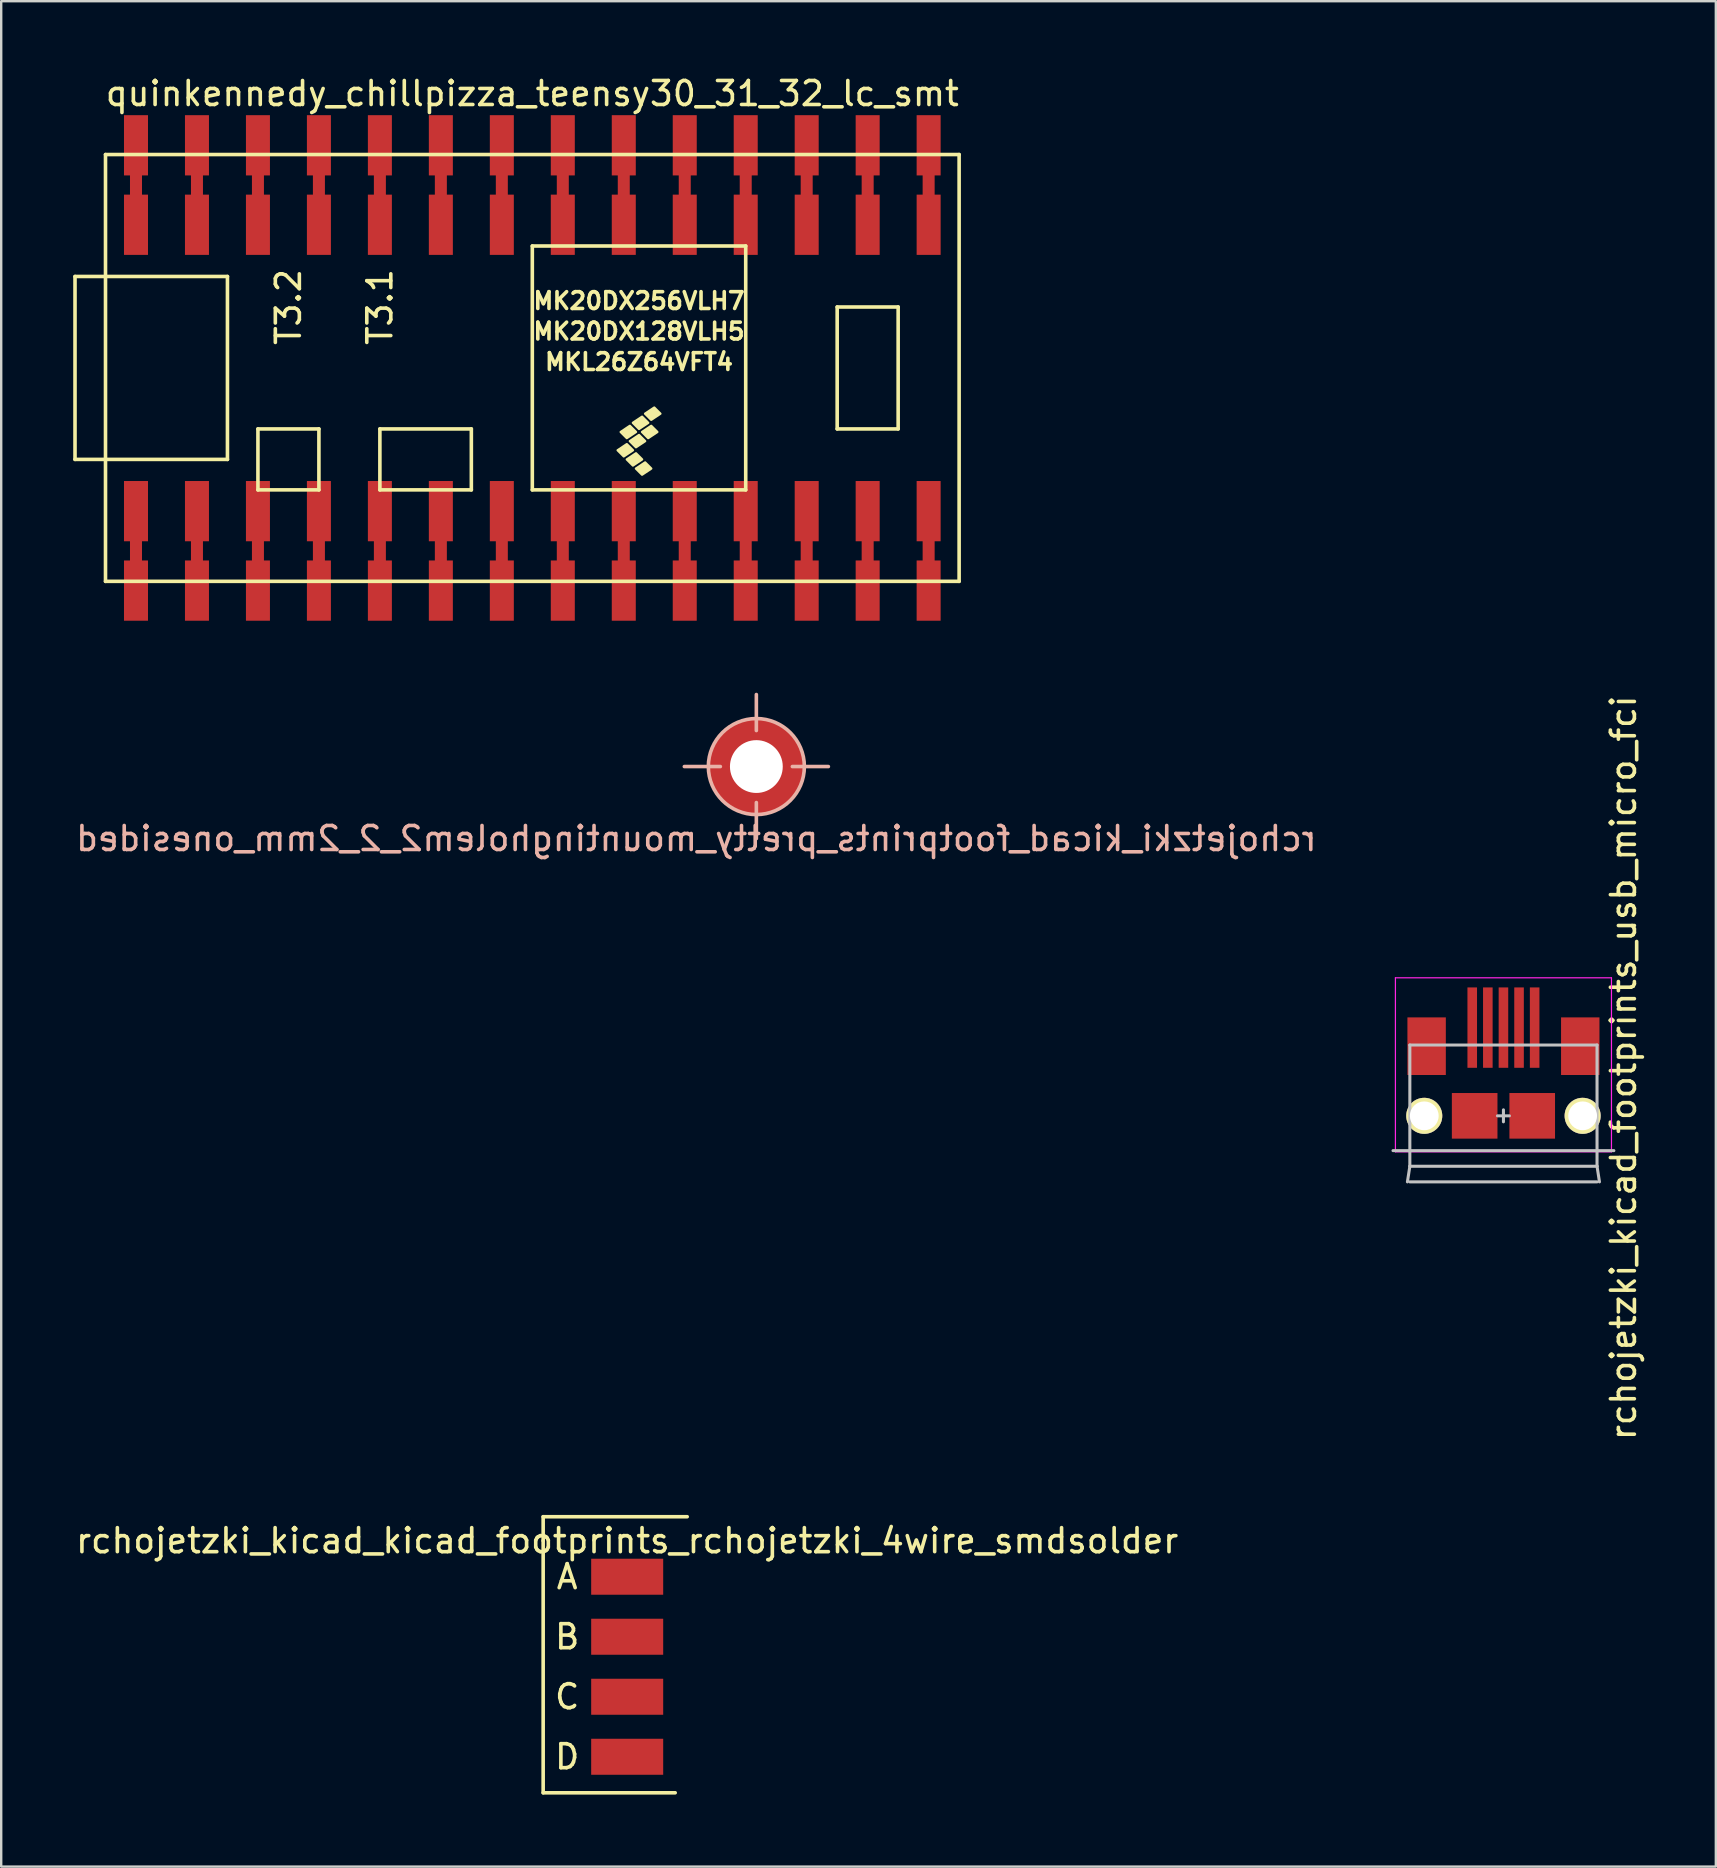
<source format=kicad_pcb>
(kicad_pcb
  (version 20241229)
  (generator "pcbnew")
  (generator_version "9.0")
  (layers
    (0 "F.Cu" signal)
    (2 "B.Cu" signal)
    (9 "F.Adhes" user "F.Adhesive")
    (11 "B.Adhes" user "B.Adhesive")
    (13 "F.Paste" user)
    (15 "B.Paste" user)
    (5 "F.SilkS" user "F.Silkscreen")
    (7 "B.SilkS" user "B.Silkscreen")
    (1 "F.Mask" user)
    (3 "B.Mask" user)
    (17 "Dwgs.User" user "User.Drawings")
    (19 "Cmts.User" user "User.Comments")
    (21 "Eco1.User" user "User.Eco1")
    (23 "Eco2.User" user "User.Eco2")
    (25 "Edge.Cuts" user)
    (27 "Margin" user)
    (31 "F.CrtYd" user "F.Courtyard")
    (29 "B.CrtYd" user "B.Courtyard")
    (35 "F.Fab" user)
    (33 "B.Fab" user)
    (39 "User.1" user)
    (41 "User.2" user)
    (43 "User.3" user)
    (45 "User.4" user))
  (footprint "rchojetzki_kicad_kicad_footprints_rchojetzki_4wire_smdsolder"
    (layer "F.Cu")
    (at 23.077 62.633)
    (property "Reference" "rchojetzki_kicad_kicad_footprints_rchojetzki_4wire_smdsolder" (at 0 -1.5 0) (layer "F.SilkS") (effects (font (size 1 1) (thickness 0.15))))
    (attr through_hole)
    (fp_line (start -3.5 -2.5) (end -3.5 -1.5) (stroke (width 0.15) (type solid)) (layer "F.SilkS"))
    (fp_line (start -3.5 -1.5) (end -3.5 9) (stroke (width 0.15) (type solid)) (layer "F.SilkS"))
    (fp_line (start -3.5 9) (end 2 9) (stroke (width 0.15) (type solid)) (layer "F.SilkS"))
    (fp_line (start 2.5 -2.5) (end -3.5 -2.5) (stroke (width 0.15) (type solid)) (layer "F.SilkS"))
    (fp_text user "C" (at -2.5 5 0) (layer "F.SilkS") (effects (font (size 1 1) (thickness 0.15))))
    (fp_text user "A" (at -2.5 0 0) (layer "F.SilkS") (effects (font (size 1 1) (thickness 0.15))))
    (fp_text user "D" (at -2.5 7.5 0) (layer "F.SilkS") (effects (font (size 1 1) (thickness 0.15))))
    (fp_text user "B" (at -2.5 2.5 0) (layer "F.SilkS") (effects (font (size 1 1) (thickness 0.15))))
    (pad "1" smd rect (at 0 0) (size 3 1.5) (layers "F.Cu" "F.Mask" "F.Paste"))
    (pad "2" smd rect (at 0 2.5) (size 3 1.5) (layers "F.Cu" "F.Mask" "F.Paste"))
    (pad "3" smd rect (at 0 5) (size 3 1.5) (layers "F.Cu" "F.Mask" "F.Paste"))
    (pad "4" smd rect (at 0 7.5) (size 3 1.5) (layers "F.Cu" "F.Mask" "F.Paste")))
  (footprint "rchojetzki_kicad_footprints_usb_micro_fci"
    (layer "F.Cu")
    (at 59.58 43.433)
    (property "Reference" "rchojetzki_kicad_footprints_usb_micro_fci" (at 5 -2 90) (layer "F.SilkS") (effects (font (size 1 1) (thickness 0.15))))
    (attr through_hole)
    (fp_line (start -4.6 1.45) (end 4.6 1.45) (stroke (width 0.127) (type solid)) (layer "Dwgs.User"))
    (fp_line (start -3.899 -2.949) (end 3.899 -2.949) (stroke (width 0.127) (type solid)) (layer "Dwgs.User"))
    (fp_line (start -3.899 2.101) (end -4 2.751) (stroke (width 0.127) (type solid)) (layer "Dwgs.User"))
    (fp_line (start -3.899 2.101) (end -3.899 -2.949) (stroke (width 0.127) (type solid)) (layer "Dwgs.User"))
    (fp_line (start -3.899 2.101) (end 3.899 2.101) (stroke (width 0.127) (type solid)) (layer "Dwgs.User"))
    (fp_line (start -3.899 2.751) (end 3.899 2.751) (stroke (width 0.127) (type solid)) (layer "Dwgs.User"))
    (fp_line (start -0.249 0) (end 0.249 0) (stroke (width 0.127) (type solid)) (layer "Dwgs.User"))
    (fp_line (start 0 -0.249) (end 0 0.249) (stroke (width 0.127) (type solid)) (layer "Dwgs.User"))
    (fp_line (start 3.899 -2.949) (end 3.899 2.101) (stroke (width 0.127) (type solid)) (layer "Dwgs.User"))
    (fp_line (start 3.899 2.101) (end 4 2.751) (stroke (width 0.127) (type solid)) (layer "Dwgs.User"))
    (fp_line (start -4.5 -5.75) (end 4.5 -5.75) (stroke (width 0.05) (type solid)) (layer "F.CrtYd"))
    (fp_line (start -4.5 1.5) (end -4.5 -5.75) (stroke (width 0.05) (type solid)) (layer "F.CrtYd"))
    (fp_line (start -4.5 1.5) (end 4.5 1.5) (stroke (width 0.05) (type solid)) (layer "F.CrtYd"))
    (fp_line (start 4.5 -5.75) (end 4.5 1.5) (stroke (width 0.05) (type solid)) (layer "F.CrtYd"))
    (pad "1" smd rect (at -1.3 -3.675) (size 0.399 3.348) (layers "F.Cu" "F.Mask" "F.Paste"))
    (pad "2" smd rect (at -0.65 -3.675) (size 0.399 3.348) (layers "F.Cu" "F.Mask" "F.Paste"))
    (pad "3" smd rect (at 0 -3.675) (size 0.399 3.348) (layers "F.Cu" "F.Mask" "F.Paste"))
    (pad "4" smd rect (at 0.65 -3.675) (size 0.399 3.348) (layers "F.Cu" "F.Mask" "F.Paste"))
    (pad "5" smd rect (at 1.3 -3.675) (size 0.399 3.348) (layers "F.Cu" "F.Mask" "F.Paste"))
    (pad "G" smd rect (at -3.2 -2.901) (size 1.6 2.4) (layers "F.Cu" "F.Mask" "F.Paste"))
    (pad "G" smd rect (at -1.199 0) (size 1.9 1.9) (layers "F.Cu" "F.Mask" "F.Paste"))
    (pad "G" smd rect (at 1.199 0) (size 1.9 1.9) (layers "F.Cu" "F.Mask" "F.Paste"))
    (pad "G" smd rect (at 3.2 -2.901) (size 1.6 2.4) (layers "F.Cu" "F.Mask" "F.Paste"))
    (pad "H" thru_hole circle (at -3.299 0) (size 1.501 1.501) (drill 1.199) (layers "*.Cu" "*.Mask" "F.SilkS"))
    (pad "H" thru_hole circle (at 3.299 0) (size 1.501 1.501) (drill 1.199) (layers "*.Cu" "*.Mask" "F.SilkS")))
  (footprint "rchojetzki_kicad_footprints_pretty_mountingholem2_2_2mm_onesided"
    (layer "F.Cu")
    (at 28.458 28.883)
    (property "Reference" "rchojetzki_kicad_footprints_pretty_mountingholem2_2_2mm_onesided" (at -2.5 3 0) (layer "B.SilkS") (effects (font (size 1 1) (thickness 0.15)) (justify mirror)))
    (attr through_hole)
    (fp_line (start -1.5 0) (end -3 0) (stroke (width 0.15) (type solid)) (layer "B.SilkS"))
    (fp_line (start 0 -3) (end 0 -1.5) (stroke (width 0.15) (type solid)) (layer "B.SilkS"))
    (fp_line (start 0 1.5) (end 0 3) (stroke (width 0.15) (type solid)) (layer "B.SilkS"))
    (fp_line (start 1.5 0) (end 3 0) (stroke (width 0.15) (type solid)) (layer "B.SilkS"))
    (fp_circle (center 0 0) (end 2 0) (stroke (width 0.15) (type solid)) (fill no) (layer "B.SilkS"))
    (pad "" np_thru_hole circle (at 0 0) (size 2.2 2.2) (drill 2.2) (layers "*.Cu"))
    (pad "1" smd circle (at 0 0) (size 4 4) (layers "F.Cu")))
  (footprint "quinkennedy_chillpizza_teensy30_31_32_lc_smt"
    (layer "F.Cu")
    (at 19.125 12.278)
    (property "Reference" "quinkennedy_chillpizza_teensy30_31_32_lc_smt" (at 0 -11.43 0) (layer "F.SilkS") (effects (font (size 1 1) (thickness 0.15))))
    (attr through_hole)
    (fp_line (start -19.05 -3.81) (end -17.78 -3.81) (stroke (width 0.15) (type solid)) (layer "F.SilkS"))
    (fp_line (start -19.05 3.81) (end -19.05 -3.81) (stroke (width 0.15) (type solid)) (layer "F.SilkS"))
    (fp_line (start -17.78 -8.89) (end 17.78 -8.89) (stroke (width 0.15) (type solid)) (layer "F.SilkS"))
    (fp_line (start -17.78 3.81) (end -19.05 3.81) (stroke (width 0.15) (type solid)) (layer "F.SilkS"))
    (fp_line (start -17.78 8.89) (end -17.78 -8.89) (stroke (width 0.15) (type solid)) (layer "F.SilkS"))
    (fp_line (start -12.7 -3.81) (end -17.78 -3.81) (stroke (width 0.15) (type solid)) (layer "F.SilkS"))
    (fp_line (start -12.7 3.81) (end -17.78 3.81) (stroke (width 0.15) (type solid)) (layer "F.SilkS"))
    (fp_line (start -12.7 3.81) (end -12.7 -3.81) (stroke (width 0.15) (type solid)) (layer "F.SilkS"))
    (fp_line (start -11.43 2.54) (end -11.43 5.08) (stroke (width 0.15) (type solid)) (layer "F.SilkS"))
    (fp_line (start -11.43 5.08) (end -8.89 5.08) (stroke (width 0.15) (type solid)) (layer "F.SilkS"))
    (fp_line (start -8.89 2.54) (end -11.43 2.54) (stroke (width 0.15) (type solid)) (layer "F.SilkS"))
    (fp_line (start -8.89 5.08) (end -8.89 2.54) (stroke (width 0.15) (type solid)) (layer "F.SilkS"))
    (fp_line (start -6.35 2.54) (end -6.35 5.08) (stroke (width 0.15) (type solid)) (layer "F.SilkS"))
    (fp_line (start -6.35 5.08) (end -2.54 5.08) (stroke (width 0.15) (type solid)) (layer "F.SilkS"))
    (fp_line (start -2.54 2.54) (end -6.35 2.54) (stroke (width 0.15) (type solid)) (layer "F.SilkS"))
    (fp_line (start -2.54 5.08) (end -2.54 2.54) (stroke (width 0.15) (type solid)) (layer "F.SilkS"))
    (fp_line (start 0 -5.08) (end 0 5.08) (stroke (width 0.15) (type solid)) (layer "F.SilkS"))
    (fp_line (start 8.89 -5.08) (end 0 -5.08) (stroke (width 0.15) (type solid)) (layer "F.SilkS"))
    (fp_line (start 8.89 5.08) (end 0 5.08) (stroke (width 0.15) (type solid)) (layer "F.SilkS"))
    (fp_line (start 8.89 5.08) (end 8.89 -5.08) (stroke (width 0.15) (type solid)) (layer "F.SilkS"))
    (fp_line (start 12.7 -2.54) (end 15.24 -2.54) (stroke (width 0.15) (type solid)) (layer "F.SilkS"))
    (fp_line (start 12.7 2.54) (end 12.7 -2.54) (stroke (width 0.15) (type solid)) (layer "F.SilkS"))
    (fp_line (start 15.24 -2.54) (end 15.24 2.54) (stroke (width 0.15) (type solid)) (layer "F.SilkS"))
    (fp_line (start 15.24 2.54) (end 12.7 2.54) (stroke (width 0.15) (type solid)) (layer "F.SilkS"))
    (fp_line (start 17.78 -8.89) (end 17.78 8.89) (stroke (width 0.15) (type solid)) (layer "F.SilkS"))
    (fp_line (start 17.78 8.89) (end -17.78 8.89) (stroke (width 0.15) (type solid)) (layer "F.SilkS"))
    (fp_poly (pts (xy 3.81 3.683) (xy 3.556 3.429) (xy 3.937 3.175) (xy 4.191 3.429)) (stroke (width 0.1) (type solid)) (fill yes) (layer "F.SilkS"))
    (fp_poly (pts (xy 3.937 2.921) (xy 3.683 2.667) (xy 4.064 2.413) (xy 4.318 2.667)) (stroke (width 0.1) (type solid)) (fill yes) (layer "F.SilkS"))
    (fp_poly (pts (xy 4.191 4.064) (xy 3.937 3.81) (xy 4.318 3.556) (xy 4.572 3.81)) (stroke (width 0.1) (type solid)) (fill yes) (layer "F.SilkS"))
    (fp_poly (pts (xy 4.318 3.302) (xy 4.064 3.048) (xy 4.445 2.794) (xy 4.699 3.048)) (stroke (width 0.1) (type solid)) (fill yes) (layer "F.SilkS"))
    (fp_poly (pts (xy 4.445 2.54) (xy 4.191 2.286) (xy 4.572 2.032) (xy 4.826 2.286)) (stroke (width 0.1) (type solid)) (fill yes) (layer "F.SilkS"))
    (fp_poly (pts (xy 4.572 4.445) (xy 4.318 4.191) (xy 4.699 3.937) (xy 4.953 4.191)) (stroke (width 0.1) (type solid)) (fill yes) (layer "F.SilkS"))
    (fp_poly (pts (xy 4.826 2.921) (xy 4.572 2.667) (xy 4.953 2.413) (xy 5.207 2.667)) (stroke (width 0.1) (type solid)) (fill yes) (layer "F.SilkS"))
    (fp_poly (pts (xy 4.953 2.159) (xy 4.699 1.905) (xy 5.08 1.651) (xy 5.334 1.905)) (stroke (width 0.1) (type solid)) (fill yes) (layer "F.SilkS"))
    (fp_text user "MK20DX128VLH5" (at 4.445 -1.524 0) (layer "F.SilkS") (effects (font (size 0.7 0.7) (thickness 0.15))))
    (fp_text user "MKL26Z64VFT4" (at 4.445 -0.254 0) (layer "F.SilkS") (effects (font (size 0.7 0.7) (thickness 0.15))))
    (fp_text user "T3.1" (at -6.35 -2.54 90) (layer "F.SilkS") (effects (font (size 1 1) (thickness 0.15))))
    (fp_text user "MK20DX256VLH7" (at 4.445 -2.794 0) (layer "F.SilkS") (effects (font (size 0.7 0.7) (thickness 0.15))))
    (fp_text user "T3.2" (at -10.16 -2.54 90) (layer "F.SilkS") (effects (font (size 1 1) (thickness 0.15))))
    (pad "1" smd rect (at -16.51 5.965) (size 1 2.51) (layers "F.Cu" "F.Mask" "F.Paste"))
    (pad "1" connect rect (at -16.51 7.62) (size 0.5 1) (layers "F.Cu" "F.Mask"))
    (pad "1" smd rect (at -16.51 9.275) (size 1 2.51) (layers "F.Cu" "F.Mask" "F.Paste"))
    (pad "2" smd rect (at -13.97 5.965) (size 1 2.51) (layers "F.Cu" "F.Mask" "F.Paste"))
    (pad "2" connect rect (at -13.97 7.62) (size 0.5 1) (layers "F.Cu" "F.Mask"))
    (pad "2" smd rect (at -13.97 9.275) (size 1 2.51) (layers "F.Cu" "F.Mask" "F.Paste"))
    (pad "3" smd rect (at -11.43 5.965) (size 1 2.51) (layers "F.Cu" "F.Mask" "F.Paste"))
    (pad "3" connect rect (at -11.43 7.62) (size 0.5 1) (layers "F.Cu" "F.Mask"))
    (pad "3" smd rect (at -11.43 9.275) (size 1 2.51) (layers "F.Cu" "F.Mask" "F.Paste"))
    (pad "4" smd rect (at -8.89 5.965) (size 1 2.51) (layers "F.Cu" "F.Mask" "F.Paste"))
    (pad "4" connect rect (at -8.89 7.62) (size 0.5 1) (layers "F.Cu" "F.Mask"))
    (pad "4" smd rect (at -8.89 9.275) (size 1 2.51) (layers "F.Cu" "F.Mask" "F.Paste"))
    (pad "5" smd rect (at -6.35 5.965) (size 1 2.51) (layers "F.Cu" "F.Mask" "F.Paste"))
    (pad "5" connect rect (at -6.35 7.62) (size 0.5 1) (layers "F.Cu" "F.Mask"))
    (pad "5" smd rect (at -6.35 9.275) (size 1 2.51) (layers "F.Cu" "F.Mask" "F.Paste"))
    (pad "6" smd rect (at -3.81 5.965) (size 1 2.51) (layers "F.Cu" "F.Mask" "F.Paste"))
    (pad "6" connect rect (at -3.81 7.62) (size 0.5 1) (layers "F.Cu" "F.Mask"))
    (pad "6" smd rect (at -3.81 9.275) (size 1 2.51) (layers "F.Cu" "F.Mask" "F.Paste"))
    (pad "7" smd rect (at -1.27 5.965) (size 1 2.51) (layers "F.Cu" "F.Mask" "F.Paste"))
    (pad "7" connect rect (at -1.27 7.62) (size 0.5 1) (layers "F.Cu" "F.Mask"))
    (pad "7" smd rect (at -1.27 9.275) (size 1 2.51) (layers "F.Cu" "F.Mask" "F.Paste"))
    (pad "8" smd rect (at 1.27 5.965) (size 1 2.51) (layers "F.Cu" "F.Mask" "F.Paste"))
    (pad "8" connect rect (at 1.27 7.62) (size 0.5 1) (layers "F.Cu" "F.Mask"))
    (pad "8" smd rect (at 1.27 9.275) (size 1 2.51) (layers "F.Cu" "F.Mask" "F.Paste"))
    (pad "9" smd rect (at 3.81 5.965) (size 1 2.51) (layers "F.Cu" "F.Mask" "F.Paste"))
    (pad "9" connect rect (at 3.81 7.62) (size 0.5 1) (layers "F.Cu" "F.Mask"))
    (pad "9" smd rect (at 3.81 9.275) (size 1 2.51) (layers "F.Cu" "F.Mask" "F.Paste"))
    (pad "10" smd rect (at 6.35 5.965) (size 1 2.51) (layers "F.Cu" "F.Mask" "F.Paste"))
    (pad "10" connect rect (at 6.35 7.62) (size 0.5 1) (layers "F.Cu" "F.Mask"))
    (pad "10" smd rect (at 6.35 9.275) (size 1 2.51) (layers "F.Cu" "F.Mask" "F.Paste"))
    (pad "11" smd rect (at 8.89 5.965) (size 1 2.51) (layers "F.Cu" "F.Mask" "F.Paste"))
    (pad "11" connect rect (at 8.89 7.62) (size 0.5 1) (layers "F.Cu" "F.Mask"))
    (pad "11" smd rect (at 8.89 9.275) (size 1 2.51) (layers "F.Cu" "F.Mask" "F.Paste"))
    (pad "12" smd rect (at 11.43 5.965) (size 1 2.51) (layers "F.Cu" "F.Mask" "F.Paste"))
    (pad "12" connect rect (at 11.43 7.62) (size 0.5 1) (layers "F.Cu" "F.Mask"))
    (pad "12" smd rect (at 11.43 9.275) (size 1 2.51) (layers "F.Cu" "F.Mask" "F.Paste"))
    (pad "13" smd rect (at 13.97 5.965) (size 1 2.51) (layers "F.Cu" "F.Mask" "F.Paste"))
    (pad "13" connect rect (at 13.97 7.62) (size 0.5 1) (layers "F.Cu" "F.Mask"))
    (pad "13" smd rect (at 13.97 9.275) (size 1 2.51) (layers "F.Cu" "F.Mask" "F.Paste"))
    (pad "14" smd rect (at 16.51 5.965) (size 1 2.51) (layers "F.Cu" "F.Mask" "F.Paste"))
    (pad "14" connect rect (at 16.51 7.62) (size 0.5 1) (layers "F.Cu" "F.Mask"))
    (pad "14" smd rect (at 16.51 9.275) (size 1 2.51) (layers "F.Cu" "F.Mask" "F.Paste"))
    (pad "20" smd rect (at 16.51 -9.275) (size 1 2.51) (layers "F.Cu" "F.Mask" "F.Paste"))
    (pad "20" connect rect (at 16.51 -7.62) (size 0.5 1) (layers "F.Cu" "F.Mask"))
    (pad "20" smd rect (at 16.51 -5.965) (size 1 2.51) (layers "F.Cu" "F.Mask" "F.Paste"))
    (pad "21" smd rect (at 13.97 -9.275) (size 1 2.51) (layers "F.Cu" "F.Mask" "F.Paste"))
    (pad "21" connect rect (at 13.97 -7.62) (size 0.5 1) (layers "F.Cu" "F.Mask"))
    (pad "21" smd rect (at 13.97 -5.965) (size 1 2.51) (layers "F.Cu" "F.Mask" "F.Paste"))
    (pad "22" smd rect (at 11.43 -9.275) (size 1 2.51) (layers "F.Cu" "F.Mask" "F.Paste"))
    (pad "22" connect rect (at 11.43 -7.62) (size 0.5 1) (layers "F.Cu" "F.Mask"))
    (pad "22" smd rect (at 11.43 -5.965) (size 1 2.51) (layers "F.Cu" "F.Mask" "F.Paste"))
    (pad "23" smd rect (at 8.89 -9.275) (size 1 2.51) (layers "F.Cu" "F.Mask" "F.Paste"))
    (pad "23" connect rect (at 8.89 -7.62) (size 0.5 1) (layers "F.Cu" "F.Mask"))
    (pad "23" smd rect (at 8.89 -5.965) (size 1 2.51) (layers "F.Cu" "F.Mask" "F.Paste"))
    (pad "24" smd rect (at 6.35 -9.275) (size 1 2.51) (layers "F.Cu" "F.Mask" "F.Paste"))
    (pad "24" connect rect (at 6.35 -7.62) (size 0.5 1) (layers "F.Cu" "F.Mask"))
    (pad "24" smd rect (at 6.35 -5.965) (size 1 2.51) (layers "F.Cu" "F.Mask" "F.Paste"))
    (pad "25" smd rect (at 3.81 -9.275) (size 1 2.51) (layers "F.Cu" "F.Mask" "F.Paste"))
    (pad "25" connect rect (at 3.81 -7.62) (size 0.5 1) (layers "F.Cu" "F.Mask"))
    (pad "25" smd rect (at 3.81 -5.965) (size 1 2.51) (layers "F.Cu" "F.Mask" "F.Paste"))
    (pad "26" smd rect (at 1.27 -9.275) (size 1 2.51) (layers "F.Cu" "F.Mask" "F.Paste"))
    (pad "26" connect rect (at 1.27 -7.62) (size 0.5 1) (layers "F.Cu" "F.Mask"))
    (pad "26" smd rect (at 1.27 -5.965) (size 1 2.51) (layers "F.Cu" "F.Mask" "F.Paste"))
    (pad "27" smd rect (at -1.27 -9.275) (size 1 2.51) (layers "F.Cu" "F.Mask" "F.Paste"))
    (pad "27" connect rect (at -1.27 -7.62) (size 0.5 1) (layers "F.Cu" "F.Mask"))
    (pad "27" smd rect (at -1.27 -5.965) (size 1 2.51) (layers "F.Cu" "F.Mask" "F.Paste"))
    (pad "28" smd rect (at -3.81 -9.275) (size 1 2.51) (layers "F.Cu" "F.Mask" "F.Paste"))
    (pad "28" connect rect (at -3.81 -7.62) (size 0.5 1) (layers "F.Cu" "F.Mask"))
    (pad "28" smd rect (at -3.81 -5.965) (size 1 2.51) (layers "F.Cu" "F.Mask" "F.Paste"))
    (pad "29" smd rect (at -6.35 -9.275) (size 1 2.51) (layers "F.Cu" "F.Mask" "F.Paste"))
    (pad "29" connect rect (at -6.35 -7.62) (size 0.5 1) (layers "F.Cu" "F.Mask"))
    (pad "29" smd rect (at -6.35 -5.965) (size 1 2.51) (layers "F.Cu" "F.Mask" "F.Paste"))
    (pad "30" smd rect (at -8.89 -9.275) (size 1 2.51) (layers "F.Cu" "F.Mask" "F.Paste"))
    (pad "30" connect rect (at -8.89 -7.62) (size 0.5 1) (layers "F.Cu" "F.Mask"))
    (pad "30" smd rect (at -8.89 -5.965) (size 1 2.51) (layers "F.Cu" "F.Mask" "F.Paste"))
    (pad "31" smd rect (at -11.43 -9.275) (size 1 2.51) (layers "F.Cu" "F.Mask" "F.Paste"))
    (pad "31" connect rect (at -11.43 -7.62) (size 0.5 1) (layers "F.Cu" "F.Mask"))
    (pad "31" smd rect (at -11.43 -5.965) (size 1 2.51) (layers "F.Cu" "F.Mask" "F.Paste"))
    (pad "32" smd rect (at -13.97 -9.275) (size 1 2.51) (layers "F.Cu" "F.Mask" "F.Paste"))
    (pad "32" connect rect (at -13.97 -7.62) (size 0.5 1) (layers "F.Cu" "F.Mask"))
    (pad "32" smd rect (at -13.97 -5.965) (size 1 2.51) (layers "F.Cu" "F.Mask" "F.Paste"))
    (pad "33" smd rect (at -16.51 -9.275) (size 1 2.51) (layers "F.Cu" "F.Mask" "F.Paste"))
    (pad "33" connect rect (at -16.51 -7.62) (size 0.5 1) (layers "F.Cu" "F.Mask"))
    (pad "33" smd rect (at -16.51 -5.965) (size 1 2.51) (layers "F.Cu" "F.Mask" "F.Paste")))
  (gr_rect
    (start -3 -3)
    (end 68.428 74.708)
    (stroke (width 0.1) (type default))
    (fill no)
    (layer "Edge.Cuts")))
</source>
